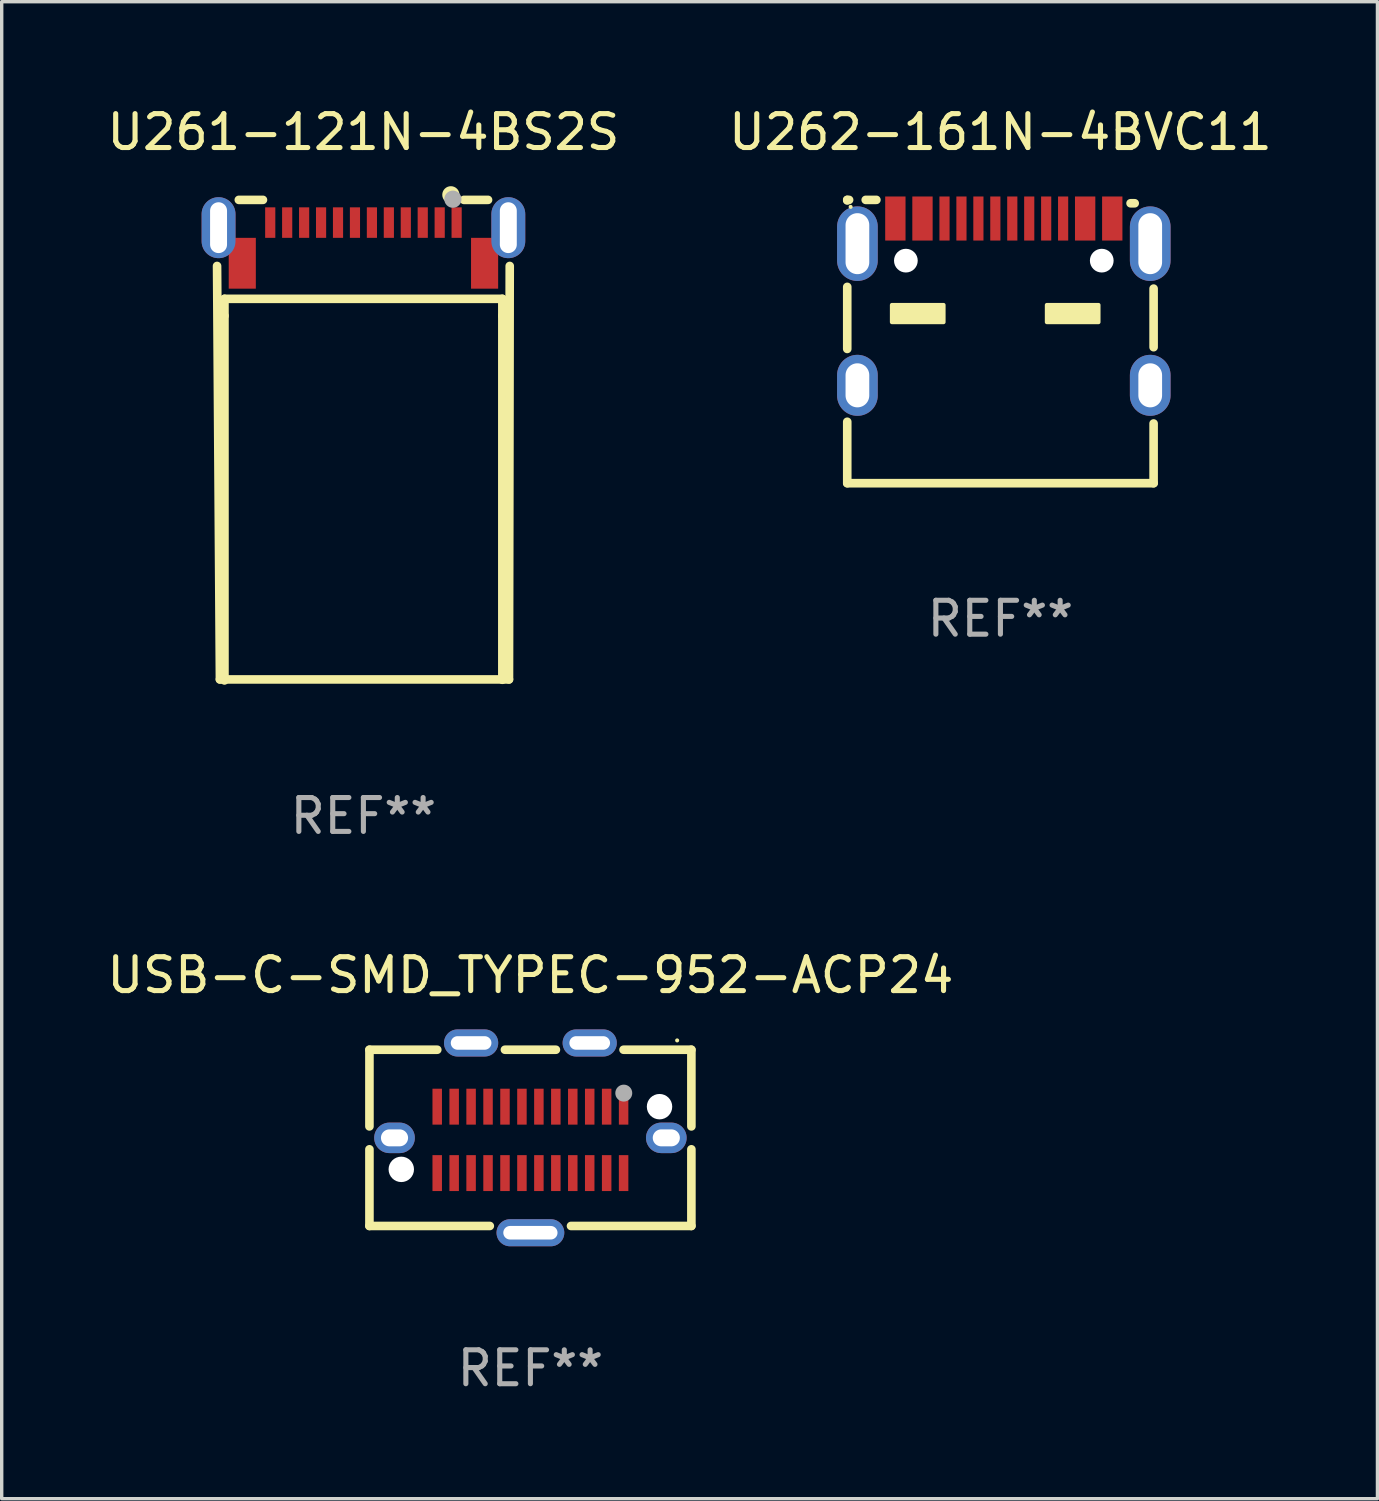
<source format=kicad_pcb>
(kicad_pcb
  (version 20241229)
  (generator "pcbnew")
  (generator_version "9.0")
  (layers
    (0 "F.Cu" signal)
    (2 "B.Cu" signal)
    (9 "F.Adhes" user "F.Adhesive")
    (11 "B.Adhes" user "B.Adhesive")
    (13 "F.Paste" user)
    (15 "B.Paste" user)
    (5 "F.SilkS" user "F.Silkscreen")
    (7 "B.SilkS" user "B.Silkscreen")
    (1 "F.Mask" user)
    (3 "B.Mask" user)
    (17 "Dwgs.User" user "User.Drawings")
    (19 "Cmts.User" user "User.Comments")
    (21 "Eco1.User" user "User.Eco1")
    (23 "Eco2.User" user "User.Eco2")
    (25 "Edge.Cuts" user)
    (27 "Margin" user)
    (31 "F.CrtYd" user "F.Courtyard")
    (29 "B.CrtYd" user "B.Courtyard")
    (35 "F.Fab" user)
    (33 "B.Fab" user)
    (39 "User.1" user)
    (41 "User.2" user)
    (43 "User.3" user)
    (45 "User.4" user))
  (footprint "U262-161N-4BVC11"
    (layer "F.Cu")
    (at 26.47 7.028)
    (property "Reference" "U262-161N-4BVC11" (at 0 -6.18 0) (layer "F.SilkS") (effects (font (size 1 1) (thickness 0.15))))
    (attr through_hole)
    (fp_line (start -4.52 -4.18) (end -4.465 -4.18) (stroke (width 0.254) (type solid)) (layer "F.SilkS"))
    (fp_line (start -4.52 -4.163) (end -4.52 -4.18) (stroke (width 0.254) (type solid)) (layer "F.SilkS"))
    (fp_line (start -4.52 0.218) (end -4.52 -1.613) (stroke (width 0.254) (type solid)) (layer "F.SilkS"))
    (fp_line (start -4.52 4.18) (end -4.52 2.367) (stroke (width 0.254) (type solid)) (layer "F.SilkS"))
    (fp_line (start -3.975 -4.18) (end -3.66 -4.18) (stroke (width 0.254) (type solid)) (layer "F.SilkS"))
    (fp_line (start 3.84 -4.08) (end 3.962 -4.08) (stroke (width 0.254) (type solid)) (layer "F.SilkS"))
    (fp_line (start 4.52 -1.562) (end 4.52 0.167) (stroke (width 0.254) (type solid)) (layer "F.SilkS"))
    (fp_line (start 4.52 2.418) (end 4.52 4.18) (stroke (width 0.254) (type solid)) (layer "F.SilkS"))
    (fp_line (start 4.52 4.18) (end -4.52 4.18) (stroke (width 0.254) (type solid)) (layer "F.SilkS"))
    (fp_circle (center -4.42 -3.974) (end -4.39 -3.974) (stroke (width 0.06) (type solid)) (fill no) (layer "F.SilkS"))
    (fp_poly (pts (xy -3.202 -1.08) (xy -1.678 -1.08) (xy -1.678 -0.572) (xy -3.202 -0.572)) (stroke (width 0.12) (type solid)) (fill yes) (layer "F.SilkS"))
    (fp_poly (pts (xy 1.37 -1.08) (xy 2.894 -1.08) (xy 2.894 -0.572) (xy 1.37 -0.572)) (stroke (width 0.12) (type solid)) (fill yes) (layer "F.SilkS"))
    (fp_circle (center -2.79 -2.387) (end -2.665 -2.387) (stroke (width 0.25) (type solid)) (fill no) (layer "F.Fab"))
    (fp_circle (center 2.99 -2.387) (end 3.115 -2.387) (stroke (width 0.25) (type solid)) (fill no) (layer "F.Fab"))
    (fp_text user "REF**" (at 0 8.18 0) (layer "F.Fab") (effects (font (size 1 1) (thickness 0.15))))
    (pad "" np_thru_hole circle (at -2.79 -2.387) (size 0.7 0.7) (drill 0.7) (layers "*.Cu" "*.Mask"))
    (pad "" np_thru_hole circle (at 2.99 -2.387) (size 0.7 0.7) (drill 0.7) (layers "*.Cu" "*.Mask"))
    (pad "A1B12" smd rect (at -3.1 -3.63) (size 0.6 1.3) (layers "F.Cu" "F.Mask" "F.Paste"))
    (pad "A4B9" smd rect (at -2.3 -3.63) (size 0.6 1.3) (layers "F.Cu" "F.Mask" "F.Paste"))
    (pad "A5" smd rect (at -1.15 -3.63) (size 0.3 1.3) (layers "F.Cu" "F.Mask" "F.Paste"))
    (pad "A6" smd rect (at -0.15 -3.63) (size 0.3 1.3) (layers "F.Cu" "F.Mask" "F.Paste"))
    (pad "A7" smd rect (at 0.35 -3.63) (size 0.3 1.3) (layers "F.Cu" "F.Mask" "F.Paste"))
    (pad "A8" smd rect (at 1.35 -3.63) (size 0.3 1.3) (layers "F.Cu" "F.Mask" "F.Paste"))
    (pad "B1A12" smd rect (at 3.3 -3.63) (size 0.6 1.3) (layers "F.Cu" "F.Mask" "F.Paste"))
    (pad "B4A9" smd rect (at 2.5 -3.63) (size 0.6 1.3) (layers "F.Cu" "F.Mask" "F.Paste"))
    (pad "B5" smd rect (at 1.85 -3.63) (size 0.3 1.3) (layers "F.Cu" "F.Mask" "F.Paste"))
    (pad "B6" smd rect (at 0.85 -3.63) (size 0.3 1.3) (layers "F.Cu" "F.Mask" "F.Paste"))
    (pad "B7" smd rect (at -0.65 -3.63) (size 0.3 1.3) (layers "F.Cu" "F.Mask" "F.Paste"))
    (pad "B8" smd rect (at -1.65 -3.63) (size 0.3 1.3) (layers "F.Cu" "F.Mask" "F.Paste"))
    (pad "SHELL" thru_hole oval (at -4.22 -2.888) (size 1.2 2.2) (drill oval 0.7 1.8) (layers "*.Cu" "*.Mask"))
    (pad "SHELL" thru_hole oval (at -4.22 1.292) (size 1.2 1.8) (drill oval 0.7 1.3) (layers "*.Cu" "*.Mask"))
    (pad "SHELL" thru_hole oval (at 4.42 -2.888) (size 1.2 2.2) (drill oval 0.7 1.8) (layers "*.Cu" "*.Mask"))
    (pad "SHELL" thru_hole oval (at 4.42 1.292) (size 1.2 1.8) (drill oval 0.7 1.3) (layers "*.Cu" "*.Mask")))
  (footprint "U261-121N-4BS2S"
    (layer "F.Cu")
    (at 7.673 9.938)
    (property "Reference" "U261-121N-4BS2S" (at 0 -9.09 0) (layer "F.SilkS") (effects (font (size 1 1) (thickness 0.15))))
    (attr through_hole)
    (fp_line (start -4.318 -5.14) (end -4.234 7.06) (stroke (width 0.254) (type solid)) (layer "F.SilkS"))
    (fp_line (start -4.234 7.06) (end 4.296 7.06) (stroke (width 0.254) (type solid)) (layer "F.SilkS"))
    (fp_line (start -4.1 -4.17) (end -4.1 -3.669) (stroke (width 0.254) (type solid)) (layer "F.SilkS"))
    (fp_line (start -4.1 -3.669) (end -4.1 7.09) (stroke (width 0.254) (type solid)) (layer "F.SilkS"))
    (fp_line (start -4.099 -4.17) (end 4.101 -4.17) (stroke (width 0.254) (type solid)) (layer "F.SilkS"))
    (fp_line (start -3.676 -7.09) (end -2.964 -7.09) (stroke (width 0.254) (type solid)) (layer "F.SilkS"))
    (fp_line (start 2.966 -7.09) (end 3.678 -7.09) (stroke (width 0.254) (type solid)) (layer "F.SilkS"))
    (fp_line (start 4.1 -4.17) (end 4.1 -3.669) (stroke (width 0.254) (type solid)) (layer "F.SilkS"))
    (fp_line (start 4.1 -3.669) (end 4.1 7.07) (stroke (width 0.254) (type solid)) (layer "F.SilkS"))
    (fp_line (start 4.296 7.06) (end 4.318 -5.14) (stroke (width 0.254) (type solid)) (layer "F.SilkS"))
    (fp_circle (center 2.581 -7.24) (end 2.708 -7.24) (stroke (width 0.254) (type solid)) (fill no) (layer "F.SilkS"))
    (fp_circle (center 4.351 -6.82) (end 4.381 -6.82) (stroke (width 0.06) (type solid)) (fill no) (layer "F.SilkS"))
    (fp_circle (center 2.641 -7.11) (end 2.768 -7.11) (stroke (width 0.254) (type solid)) (fill no) (layer "F.Fab"))
    (fp_text user "REF**" (at 0 11.09 0) (layer "F.Fab") (effects (font (size 1 1) (thickness 0.15))))
    (pad "25" thru_hole oval (at -4.274 -6.27) (size 1 1.8) (drill oval 0.5 1.5) (layers "*.Cu" "*.Mask"))
    (pad "25" smd rect (at -3.574 -5.22) (size 0.8 1.5) (layers "F.Cu" "F.Mask" "F.Paste"))
    (pad "26" smd rect (at 3.576 -5.22) (size 0.8 1.5) (layers "F.Cu" "F.Mask" "F.Paste"))
    (pad "26" thru_hole oval (at 4.276 -6.27) (size 1 1.8) (drill oval 0.5 1.5) (layers "*.Cu" "*.Mask"))
    (pad "A1" smd rect (at 2.751 -6.42) (size 0.3 0.9) (layers "F.Cu" "F.Mask" "F.Paste"))
    (pad "A2" smd rect (at 2.251 -6.42) (size 0.3 0.9) (layers "F.Cu" "F.Mask" "F.Paste"))
    (pad "A3" smd rect (at 1.751 -6.42) (size 0.3 0.9) (layers "F.Cu" "F.Mask" "F.Paste"))
    (pad "A4" smd rect (at 1.251 -6.42) (size 0.3 0.9) (layers "F.Cu" "F.Mask" "F.Paste"))
    (pad "A5" smd rect (at -1.249 -6.42) (size 0.3 0.9) (layers "F.Cu" "F.Mask" "F.Paste"))
    (pad "A6" smd rect (at -1.749 -6.42) (size 0.3 0.9) (layers "F.Cu" "F.Mask" "F.Paste"))
    (pad "A7" smd rect (at -2.249 -6.42) (size 0.3 0.9) (layers "F.Cu" "F.Mask" "F.Paste"))
    (pad "A12" smd rect (at -2.749 -6.42) (size 0.3 0.9) (layers "F.Cu" "F.Mask" "F.Paste"))
    (pad "B9" smd rect (at -0.749 -6.42) (size 0.3 0.9) (layers "F.Cu" "F.Mask" "F.Paste"))
    (pad "B10" smd rect (at -0.249 -6.42) (size 0.3 0.9) (layers "F.Cu" "F.Mask" "F.Paste"))
    (pad "B11" smd rect (at 0.251 -6.42) (size 0.3 0.9) (layers "F.Cu" "F.Mask" "F.Paste"))
    (pad "B12" smd rect (at 0.751 -6.42) (size 0.3 0.9) (layers "F.Cu" "F.Mask" "F.Paste")))
  (footprint "USB-C-SMD_TYPEC-952-ACP24"
    (layer "F.Cu")
    (at 12.601 30.525)
    (property "Reference" "USB-C-SMD_TYPEC-952-ACP24" (at 0 -4.8 0) (layer "F.SilkS") (effects (font (size 1 1) (thickness 0.15))))
    (attr through_hole)
    (fp_line (start -4.75 -2.6) (end -4.75 -0.338) (stroke (width 0.254) (type solid)) (layer "F.SilkS"))
    (fp_line (start -4.75 -2.6) (end -2.748 -2.6) (stroke (width 0.254) (type solid)) (layer "F.SilkS"))
    (fp_line (start -4.75 0.338) (end -4.75 2.6) (stroke (width 0.254) (type solid)) (layer "F.SilkS"))
    (fp_line (start -4.75 2.6) (end -1.198 2.6) (stroke (width 0.254) (type solid)) (layer "F.SilkS"))
    (fp_line (start -0.752 -2.6) (end 0.752 -2.6) (stroke (width 0.254) (type solid)) (layer "F.SilkS"))
    (fp_line (start 1.198 2.6) (end 4.75 2.6) (stroke (width 0.254) (type solid)) (layer "F.SilkS"))
    (fp_line (start 2.748 -2.6) (end 4.75 -2.6) (stroke (width 0.254) (type solid)) (layer "F.SilkS"))
    (fp_line (start 4.75 0.338) (end 4.75 2.6) (stroke (width 0.254) (type solid)) (layer "F.SilkS"))
    (fp_line (start 4.75 -2.6) (end 4.75 -0.338) (stroke (width 0.254) (type solid)) (layer "F.SilkS"))
    (fp_circle (center 4.33 -2.875) (end 4.36 -2.875) (stroke (width 0.06) (type solid)) (fill no) (layer "F.SilkS"))
    (fp_circle (center -3.81 0.93) (end -3.685 0.93) (stroke (width 0.25) (type solid)) (fill no) (layer "F.Fab"))
    (fp_circle (center 2.755 -1.32) (end 2.88 -1.32) (stroke (width 0.25) (type solid)) (fill no) (layer "F.Fab"))
    (fp_circle (center 3.81 -0.92) (end 3.935 -0.92) (stroke (width 0.25) (type solid)) (fill no) (layer "F.Fab"))
    (fp_text user "REF**" (at 0 6.8 0) (layer "F.Fab") (effects (font (size 1 1) (thickness 0.15))))
    (pad "" np_thru_hole circle (at -3.81 0.93) (size 0.75 0.75) (drill 0.75) (layers "*.Cu" "*.Mask"))
    (pad "" np_thru_hole circle (at 3.81 -0.92) (size 0.75 0.75) (drill 0.75) (layers "*.Cu" "*.Mask"))
    (pad "1" thru_hole oval (at -1.75 -2.8 90) (size 0.8 1.6) (drill oval 0.4 1.2) (layers "*.Cu" "*.Mask"))
    (pad "2" thru_hole oval (at 1.75 -2.8 90) (size 0.8 1.6) (drill oval 0.4 1.2) (layers "*.Cu" "*.Mask"))
    (pad "3" thru_hole oval (at 4.01 0.000127 90) (size 0.9 1.2) (drill oval 0.5 0.8) (layers "*.Cu" "*.Mask"))
    (pad "4" thru_hole oval (at 0 2.8 90) (size 0.8 2) (drill oval 0.4 1.6) (layers "*.Cu" "*.Mask"))
    (pad "5" thru_hole oval (at -4.01 0.000127 90) (size 0.9 1.2) (drill oval 0.5 0.8) (layers "*.Cu" "*.Mask"))
    (pad "A1" smd rect (at 2.75 -0.92) (size 0.28 1.06) (layers "F.Cu" "F.Mask" "F.Paste"))
    (pad "A2" smd rect (at 2.25 -0.92) (size 0.28 1.06) (layers "F.Cu" "F.Mask" "F.Paste"))
    (pad "A3" smd rect (at 1.75 -0.92) (size 0.28 1.06) (layers "F.Cu" "F.Mask" "F.Paste"))
    (pad "A4" smd rect (at 1.25 -0.92) (size 0.28 1.06) (layers "F.Cu" "F.Mask" "F.Paste"))
    (pad "A5" smd rect (at 0.75 -0.92) (size 0.28 1.06) (layers "F.Cu" "F.Mask" "F.Paste"))
    (pad "A6" smd rect (at 0.25 -0.92) (size 0.28 1.06) (layers "F.Cu" "F.Mask" "F.Paste"))
    (pad "A7" smd rect (at -0.25 -0.92) (size 0.28 1.06) (layers "F.Cu" "F.Mask" "F.Paste"))
    (pad "A8" smd rect (at -0.75 -0.92) (size 0.28 1.06) (layers "F.Cu" "F.Mask" "F.Paste"))
    (pad "A9" smd rect (at -1.25 -0.92) (size 0.28 1.06) (layers "F.Cu" "F.Mask" "F.Paste"))
    (pad "A10" smd rect (at -1.75 -0.92) (size 0.28 1.06) (layers "F.Cu" "F.Mask" "F.Paste"))
    (pad "A11" smd rect (at -2.25 -0.92) (size 0.28 1.06) (layers "F.Cu" "F.Mask" "F.Paste"))
    (pad "A12" smd rect (at -2.75 -0.92) (size 0.28 1.06) (layers "F.Cu" "F.Mask" "F.Paste"))
    (pad "B1" smd rect (at -2.75 1.04) (size 0.28 1.06) (layers "F.Cu" "F.Mask" "F.Paste"))
    (pad "B2" smd rect (at -2.25 1.04) (size 0.28 1.06) (layers "F.Cu" "F.Mask" "F.Paste"))
    (pad "B3" smd rect (at -1.75 1.04) (size 0.28 1.06) (layers "F.Cu" "F.Mask" "F.Paste"))
    (pad "B4" smd rect (at -1.25 1.04) (size 0.28 1.06) (layers "F.Cu" "F.Mask" "F.Paste"))
    (pad "B5" smd rect (at -0.75 1.04) (size 0.28 1.06) (layers "F.Cu" "F.Mask" "F.Paste"))
    (pad "B6" smd rect (at -0.25 1.04) (size 0.28 1.06) (layers "F.Cu" "F.Mask" "F.Paste"))
    (pad "B7" smd rect (at 0.25 1.04) (size 0.28 1.06) (layers "F.Cu" "F.Mask" "F.Paste"))
    (pad "B8" smd rect (at 0.75 1.04) (size 0.28 1.06) (layers "F.Cu" "F.Mask" "F.Paste"))
    (pad "B9" smd rect (at 1.25 1.04) (size 0.28 1.06) (layers "F.Cu" "F.Mask" "F.Paste"))
    (pad "B10" smd rect (at 1.75 1.04) (size 0.28 1.06) (layers "F.Cu" "F.Mask" "F.Paste"))
    (pad "B11" smd rect (at 2.25 1.04) (size 0.28 1.06) (layers "F.Cu" "F.Mask" "F.Paste"))
    (pad "B12" smd rect (at 2.75 1.04) (size 0.28 1.06) (layers "F.Cu" "F.Mask" "F.Paste")))
  (gr_rect
    (start -3 -3)
    (end 37.595 41.173)
    (stroke (width 0.1) (type default))
    (fill no)
    (layer "Edge.Cuts")))
</source>
